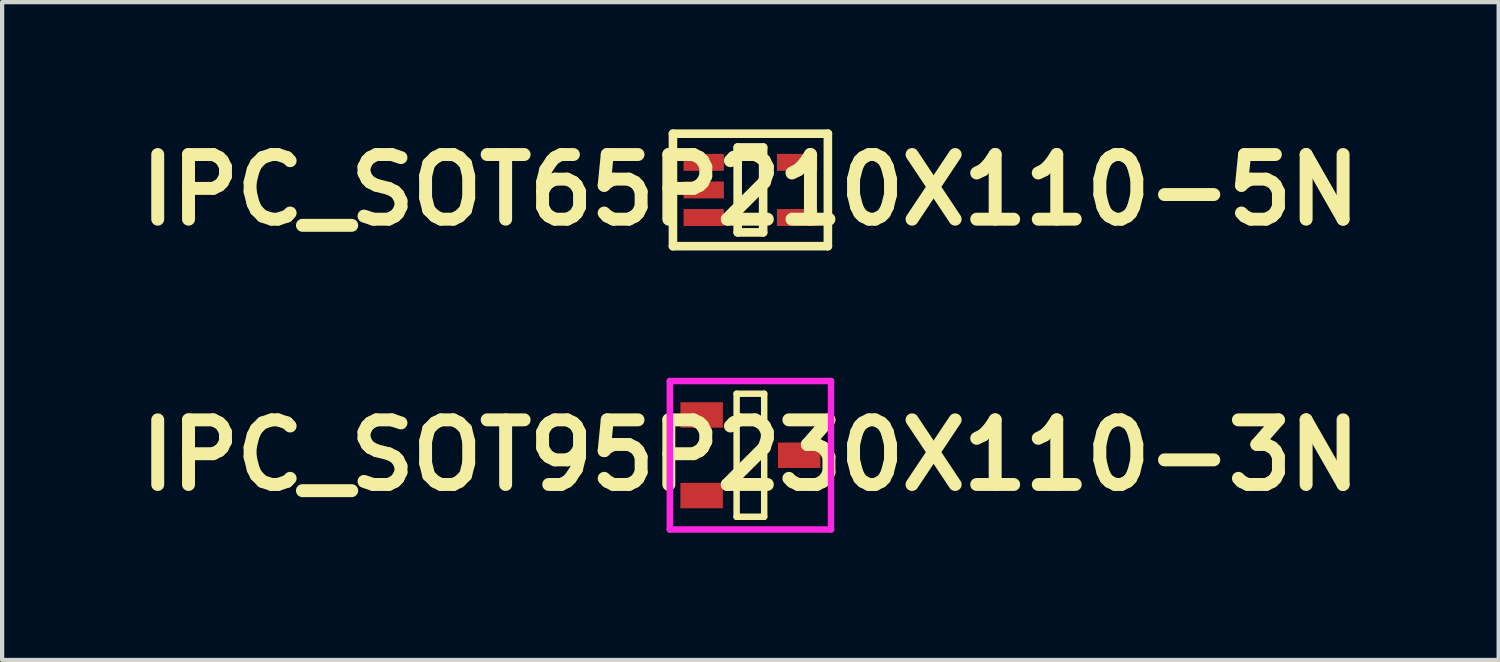
<source format=kicad_pcb>
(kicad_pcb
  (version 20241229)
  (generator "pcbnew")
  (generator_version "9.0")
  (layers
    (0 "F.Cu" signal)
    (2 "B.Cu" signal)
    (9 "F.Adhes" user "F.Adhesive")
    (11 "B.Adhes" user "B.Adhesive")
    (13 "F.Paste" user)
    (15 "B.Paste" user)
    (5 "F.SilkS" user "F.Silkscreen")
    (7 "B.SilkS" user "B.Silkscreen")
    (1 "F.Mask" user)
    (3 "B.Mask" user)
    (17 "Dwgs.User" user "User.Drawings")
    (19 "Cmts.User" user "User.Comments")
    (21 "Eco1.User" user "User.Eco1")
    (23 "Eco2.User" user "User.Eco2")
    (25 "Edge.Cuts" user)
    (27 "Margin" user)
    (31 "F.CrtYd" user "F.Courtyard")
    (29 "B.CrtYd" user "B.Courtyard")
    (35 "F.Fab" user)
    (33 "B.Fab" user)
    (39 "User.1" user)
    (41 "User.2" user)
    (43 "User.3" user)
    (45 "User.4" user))
  (footprint "IPC_SOT95P230X110-3N"
    (layer "F.Cu")
    (at 14.638 7.681)
    (property "Reference" "IPC_SOT95P230X110-3N" (at 0 0 0) (layer "F.SilkS") (effects (font (size 1.524 1.524) (thickness 0.305))))
    (attr through_hole)
    (fp_line (start -0.325 -1.45) (end 0.325 -1.45) (stroke (width 0.152) (type solid)) (layer "F.SilkS"))
    (fp_line (start -0.325 1.45) (end -0.325 -1.45) (stroke (width 0.152) (type solid)) (layer "F.SilkS"))
    (fp_line (start 0.325 -1.45) (end 0.325 1.45) (stroke (width 0.152) (type solid)) (layer "F.SilkS"))
    (fp_line (start 0.325 1.45) (end -0.325 1.45) (stroke (width 0.152) (type solid)) (layer "F.SilkS"))
    (fp_line (start -1.9 -1.75) (end 1.9 -1.75) (stroke (width 0.152) (type solid)) (layer "F.CrtYd"))
    (fp_line (start -1.9 1.75) (end -1.9 -1.75) (stroke (width 0.152) (type solid)) (layer "F.CrtYd"))
    (fp_line (start 1.9 -1.75) (end 1.9 1.75) (stroke (width 0.152) (type solid)) (layer "F.CrtYd"))
    (fp_line (start 1.9 1.75) (end -1.9 1.75) (stroke (width 0.152) (type solid)) (layer "F.CrtYd"))
    (pad "1" smd rect (at -1.15 -0.95) (size 1 0.6) (layers "F.Cu" "F.Mask" "F.Paste"))
    (pad "2" smd rect (at -1.15 0.95) (size 1 0.6) (layers "F.Cu" "F.Mask" "F.Paste"))
    (pad "3" smd rect (at 1.15 0) (size 1 0.6) (layers "F.Cu" "F.Mask" "F.Paste")))
  (footprint "IPC_SOT65P210X110-5N"
    (layer "F.Cu")
    (at 14.638 1.427)
    (property "Reference" "IPC_SOT65P210X110-5N" (at 0 0 0) (layer "F.SilkS") (effects (font (size 1.524 1.524) (thickness 0.305))))
    (attr through_hole)
    (fp_line (start -1.826 -1.326) (end 1.826 -1.326) (stroke (width 0.203) (type solid)) (layer "F.SilkS"))
    (fp_line (start -1.826 1.326) (end -1.826 -1.326) (stroke (width 0.203) (type solid)) (layer "F.SilkS"))
    (fp_line (start -0.3 -1.001) (end 0.3 -1.001) (stroke (width 0.203) (type solid)) (layer "F.SilkS"))
    (fp_line (start -0.3 1.001) (end -0.3 -1.001) (stroke (width 0.203) (type solid)) (layer "F.SilkS"))
    (fp_line (start 0.3 -1.001) (end 0.3 1.001) (stroke (width 0.203) (type solid)) (layer "F.SilkS"))
    (fp_line (start 0.3 1.001) (end -0.3 1.001) (stroke (width 0.203) (type solid)) (layer "F.SilkS"))
    (fp_line (start 1.826 -1.326) (end 1.826 1.326) (stroke (width 0.203) (type solid)) (layer "F.SilkS"))
    (fp_line (start 1.826 1.326) (end -1.826 1.326) (stroke (width 0.203) (type solid)) (layer "F.SilkS"))
    (pad "1" smd rect (at -1.1 -0.65) (size 0.95 0.399) (layers "F.Cu" "F.Mask" "F.Paste"))
    (pad "2" smd rect (at -1.1 0) (size 0.95 0.399) (layers "F.Cu" "F.Mask" "F.Paste"))
    (pad "3" smd rect (at -1.1 0.65) (size 0.95 0.399) (layers "F.Cu" "F.Mask" "F.Paste"))
    (pad "4" smd rect (at 1.1 0.65) (size 0.95 0.399) (layers "F.Cu" "F.Mask" "F.Paste"))
    (pad "5" smd rect (at 1.1 -0.65) (size 0.95 0.399) (layers "F.Cu" "F.Mask" "F.Paste")))
  (gr_rect
    (start -3 -3)
    (end 32.275 12.507)
    (stroke (width 0.1) (type default))
    (fill no)
    (layer "Edge.Cuts")))
</source>
